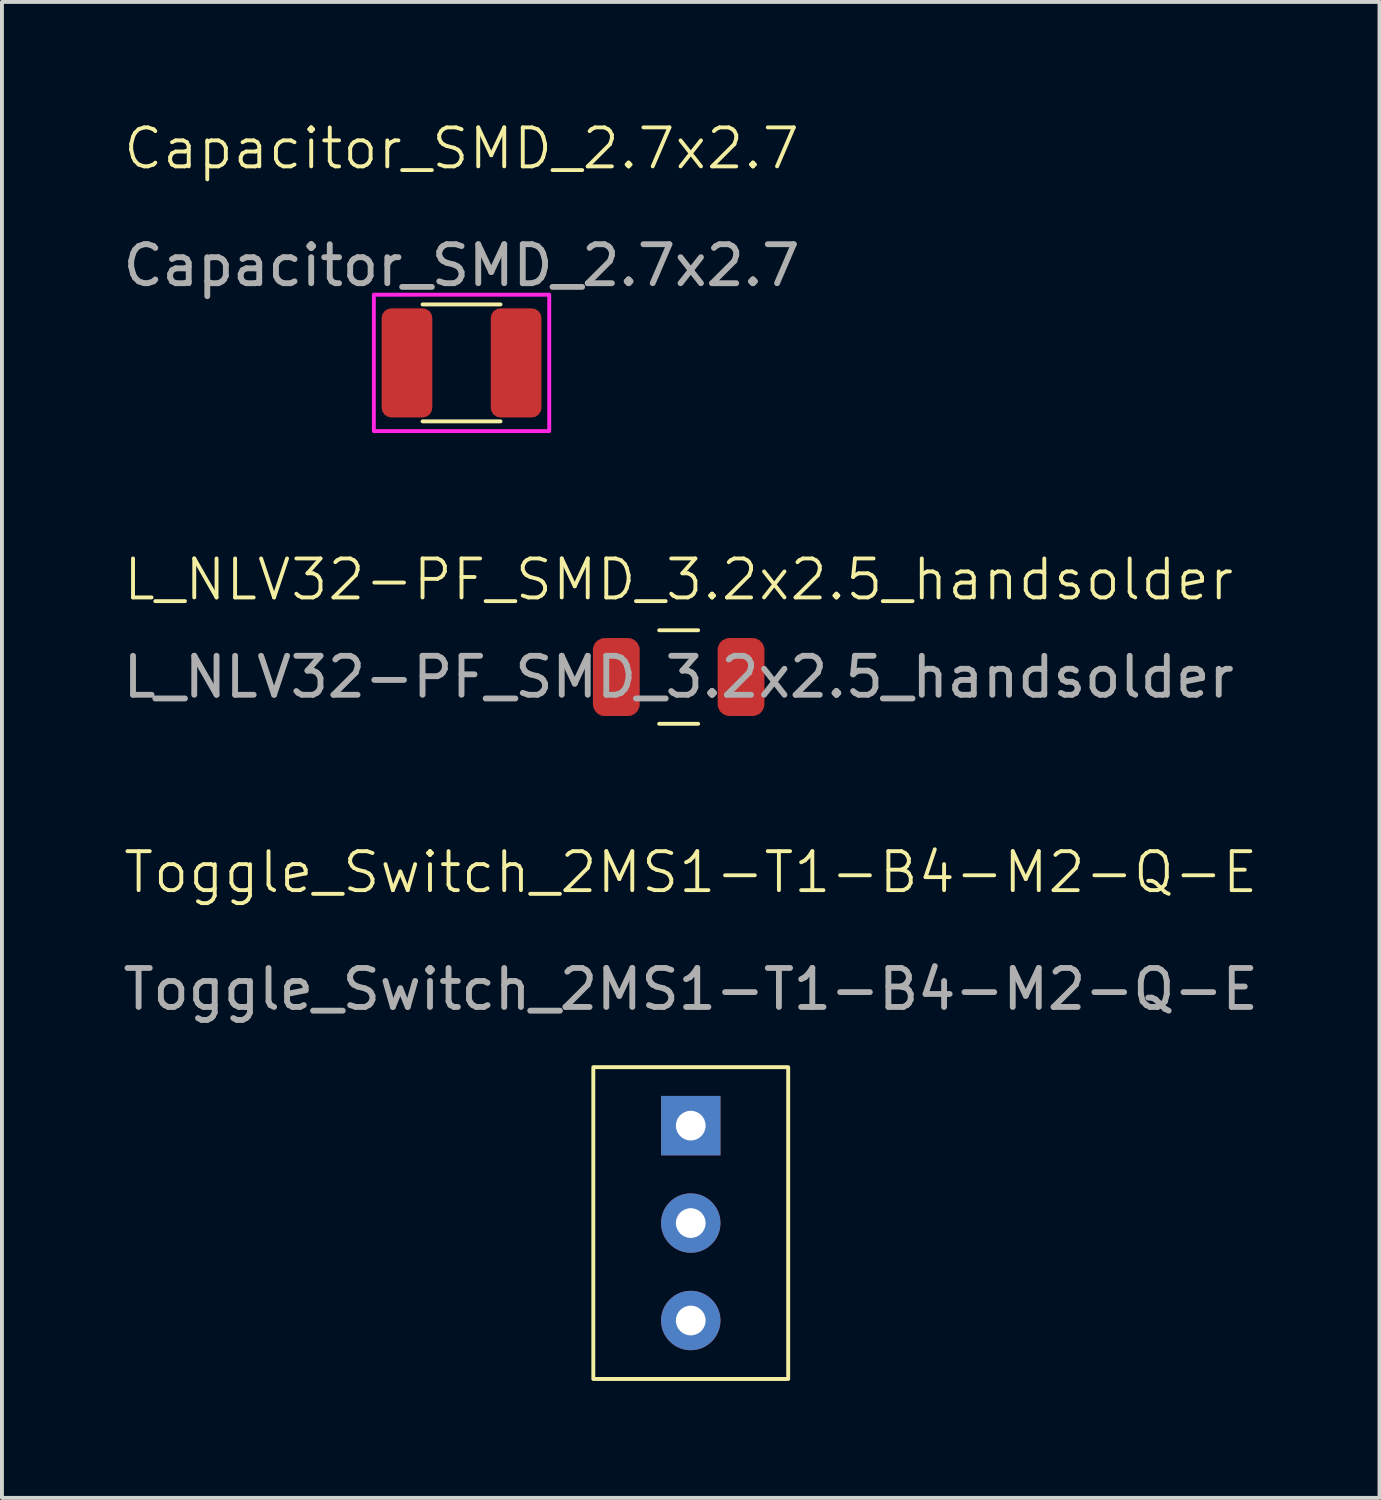
<source format=kicad_pcb>
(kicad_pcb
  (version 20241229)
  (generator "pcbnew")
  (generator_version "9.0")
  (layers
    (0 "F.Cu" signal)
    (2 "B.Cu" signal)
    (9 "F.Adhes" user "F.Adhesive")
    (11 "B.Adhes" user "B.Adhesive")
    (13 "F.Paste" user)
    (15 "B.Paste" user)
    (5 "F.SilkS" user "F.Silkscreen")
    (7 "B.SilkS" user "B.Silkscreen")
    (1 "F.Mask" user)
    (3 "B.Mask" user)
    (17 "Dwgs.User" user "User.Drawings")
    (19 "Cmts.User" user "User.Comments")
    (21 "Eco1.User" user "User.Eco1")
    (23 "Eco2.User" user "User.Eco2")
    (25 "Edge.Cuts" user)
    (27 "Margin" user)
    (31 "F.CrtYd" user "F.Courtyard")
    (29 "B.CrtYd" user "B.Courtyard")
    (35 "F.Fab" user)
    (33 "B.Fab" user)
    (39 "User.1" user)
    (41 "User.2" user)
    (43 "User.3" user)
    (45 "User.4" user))
  (footprint "Toggle_Switch_2MS1-T1-B4-M2-Q-E"
    (layer "F.Cu")
    (at 14.673 28.331)
    (property "Reference" "Toggle_Switch_2MS1-T1-B4-M2-Q-E" (at 0 -9 0) (unlocked yes) (layer "F.SilkS") (effects (font (size 1 1) (thickness 0.1))))
    (attr through_hole)
    (fp_rect (start -2.5 -4) (end 2.5 4) (stroke (width 0.1) (type default)) (fill no) (layer "F.SilkS"))
    (fp_text user "${REFERENCE}" (at 0 -6 0) (unlocked yes) (layer "F.Fab") (effects (font (size 1 1) (thickness 0.15))))
    (pad "1" thru_hole rect (at 0 -2.5) (size 1.524 1.524) (drill 0.762) (layers "*.Cu" "*.Mask"))
    (pad "2" thru_hole circle (at 0 0) (size 1.524 1.524) (drill 0.762) (layers "*.Cu" "*.Mask"))
    (pad "3" thru_hole circle (at 0 2.5) (size 1.524 1.524) (drill 0.762) (layers "*.Cu" "*.Mask")))
  (footprint "L_NLV32-PF_SMD_3.2x2.5_handsolder"
    (layer "F.Cu")
    (at 14.363 14.321)
    (property "Reference" "L_NLV32-PF_SMD_3.2x2.5_handsolder" (at 0 -2.5 0) (unlocked yes) (layer "F.SilkS") (effects (font (size 1 1) (thickness 0.1))))
    (attr smd)
    (fp_line (start -0.5 -1.2) (end 0.5 -1.2) (stroke (width 0.1) (type default)) (layer "F.SilkS"))
    (fp_line (start 0.5 1.2) (end -0.5 1.2) (stroke (width 0.1) (type default)) (layer "F.SilkS"))
    (fp_text user "${REFERENCE}" (at 0 0 0) (unlocked yes) (layer "F.Fab") (effects (font (size 1 1) (thickness 0.15))))
    (pad "1" smd roundrect (at -1.6 0) (size 1.2 2) (layers "F.Cu" "F.Mask" "F.Paste") (roundrect_rratio 0.25))
    (pad "2" smd roundrect (at 1.6 0) (size 1.2 2) (layers "F.Cu" "F.Mask" "F.Paste") (roundrect_rratio 0.25)))
  (footprint "Capacitor_SMD_2.7x2.7"
    (layer "F.Cu")
    (at 8.792 6.261)
    (property "Reference" "Capacitor_SMD_2.7x2.7" (at 0 -5.5 0) (unlocked yes) (layer "F.SilkS") (effects (font (size 1 1) (thickness 0.1))))
    (attr through_hole)
    (fp_line (start -1 -1.5) (end 1 -1.5) (stroke (width 0.1) (type default)) (layer "F.SilkS"))
    (fp_line (start 1 1.5) (end -1 1.5) (stroke (width 0.1) (type default)) (layer "F.SilkS"))
    (fp_rect (start -2.25 -1.75) (end 2.25 1.75) (stroke (width 0.1) (type default)) (fill no) (layer "F.CrtYd"))
    (fp_text user "${REFERENCE}" (at 0 -2.5 0) (unlocked yes) (layer "F.Fab") (effects (font (size 1 1) (thickness 0.15))))
    (pad "1" smd roundrect (at -1.4 0) (size 1.3 2.8) (layers "F.Cu" "F.Mask" "F.Paste") (roundrect_rratio 0.192))
    (pad "2" smd roundrect (at 1.4 0) (size 1.3 2.8) (layers "F.Cu" "F.Mask" "F.Paste") (roundrect_rratio 0.192)))
  (gr_rect
    (start -3 -3)
    (end 32.345 35.382)
    (stroke (width 0.1) (type default))
    (fill no)
    (layer "Edge.Cuts")))
</source>
